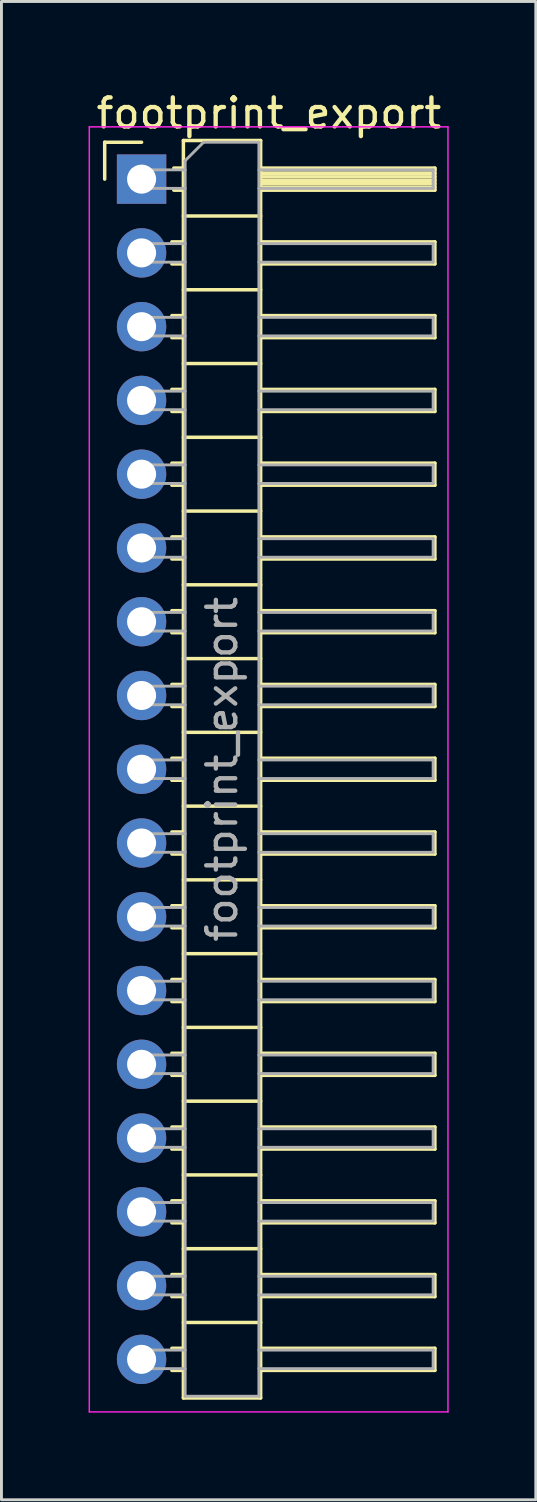
<source format=kicad_pcb>
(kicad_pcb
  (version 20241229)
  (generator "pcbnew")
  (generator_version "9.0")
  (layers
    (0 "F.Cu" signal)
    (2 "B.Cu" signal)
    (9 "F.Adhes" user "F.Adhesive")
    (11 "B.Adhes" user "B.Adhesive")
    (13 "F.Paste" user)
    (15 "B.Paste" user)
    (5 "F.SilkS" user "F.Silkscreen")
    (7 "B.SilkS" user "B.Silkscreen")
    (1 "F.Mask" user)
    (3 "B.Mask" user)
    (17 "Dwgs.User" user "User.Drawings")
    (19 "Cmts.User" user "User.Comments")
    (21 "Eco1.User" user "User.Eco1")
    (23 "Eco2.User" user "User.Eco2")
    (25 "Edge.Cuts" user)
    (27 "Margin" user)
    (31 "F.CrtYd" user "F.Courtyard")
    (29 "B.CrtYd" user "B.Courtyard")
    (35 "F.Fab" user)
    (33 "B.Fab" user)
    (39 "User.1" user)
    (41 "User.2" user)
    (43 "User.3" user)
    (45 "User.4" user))
  (footprint "footprint_export"
    (layer "F.Cu")
    (at 1.825 3.118)
    (property "Reference" "footprint_export" (at 4.385 -2.27 0) (layer "F.SilkS") (effects (font (size 1 1) (thickness 0.15))))
    (attr through_hole)
    (fp_line (start -1.27 -1.27) (end 0 -1.27) (stroke (width 0.12) (type solid)) (layer "F.SilkS"))
    (fp_line (start -1.27 0) (end -1.27 -1.27) (stroke (width 0.12) (type solid)) (layer "F.SilkS"))
    (fp_line (start 1.043 2.16) (end 1.44 2.16) (stroke (width 0.12) (type solid)) (layer "F.SilkS"))
    (fp_line (start 1.043 2.92) (end 1.44 2.92) (stroke (width 0.12) (type solid)) (layer "F.SilkS"))
    (fp_line (start 1.043 4.7) (end 1.44 4.7) (stroke (width 0.12) (type solid)) (layer "F.SilkS"))
    (fp_line (start 1.043 5.46) (end 1.44 5.46) (stroke (width 0.12) (type solid)) (layer "F.SilkS"))
    (fp_line (start 1.043 7.24) (end 1.44 7.24) (stroke (width 0.12) (type solid)) (layer "F.SilkS"))
    (fp_line (start 1.043 8) (end 1.44 8) (stroke (width 0.12) (type solid)) (layer "F.SilkS"))
    (fp_line (start 1.043 9.78) (end 1.44 9.78) (stroke (width 0.12) (type solid)) (layer "F.SilkS"))
    (fp_line (start 1.043 10.54) (end 1.44 10.54) (stroke (width 0.12) (type solid)) (layer "F.SilkS"))
    (fp_line (start 1.043 12.32) (end 1.44 12.32) (stroke (width 0.12) (type solid)) (layer "F.SilkS"))
    (fp_line (start 1.043 13.08) (end 1.44 13.08) (stroke (width 0.12) (type solid)) (layer "F.SilkS"))
    (fp_line (start 1.043 14.86) (end 1.44 14.86) (stroke (width 0.12) (type solid)) (layer "F.SilkS"))
    (fp_line (start 1.043 15.62) (end 1.44 15.62) (stroke (width 0.12) (type solid)) (layer "F.SilkS"))
    (fp_line (start 1.043 17.4) (end 1.44 17.4) (stroke (width 0.12) (type solid)) (layer "F.SilkS"))
    (fp_line (start 1.043 18.16) (end 1.44 18.16) (stroke (width 0.12) (type solid)) (layer "F.SilkS"))
    (fp_line (start 1.043 19.94) (end 1.44 19.94) (stroke (width 0.12) (type solid)) (layer "F.SilkS"))
    (fp_line (start 1.043 20.7) (end 1.44 20.7) (stroke (width 0.12) (type solid)) (layer "F.SilkS"))
    (fp_line (start 1.043 22.48) (end 1.44 22.48) (stroke (width 0.12) (type solid)) (layer "F.SilkS"))
    (fp_line (start 1.043 23.24) (end 1.44 23.24) (stroke (width 0.12) (type solid)) (layer "F.SilkS"))
    (fp_line (start 1.043 25.02) (end 1.44 25.02) (stroke (width 0.12) (type solid)) (layer "F.SilkS"))
    (fp_line (start 1.043 25.78) (end 1.44 25.78) (stroke (width 0.12) (type solid)) (layer "F.SilkS"))
    (fp_line (start 1.043 27.56) (end 1.44 27.56) (stroke (width 0.12) (type solid)) (layer "F.SilkS"))
    (fp_line (start 1.043 28.32) (end 1.44 28.32) (stroke (width 0.12) (type solid)) (layer "F.SilkS"))
    (fp_line (start 1.043 30.1) (end 1.44 30.1) (stroke (width 0.12) (type solid)) (layer "F.SilkS"))
    (fp_line (start 1.043 30.86) (end 1.44 30.86) (stroke (width 0.12) (type solid)) (layer "F.SilkS"))
    (fp_line (start 1.043 32.64) (end 1.44 32.64) (stroke (width 0.12) (type solid)) (layer "F.SilkS"))
    (fp_line (start 1.043 33.4) (end 1.44 33.4) (stroke (width 0.12) (type solid)) (layer "F.SilkS"))
    (fp_line (start 1.043 35.18) (end 1.44 35.18) (stroke (width 0.12) (type solid)) (layer "F.SilkS"))
    (fp_line (start 1.043 35.94) (end 1.44 35.94) (stroke (width 0.12) (type solid)) (layer "F.SilkS"))
    (fp_line (start 1.043 37.72) (end 1.44 37.72) (stroke (width 0.12) (type solid)) (layer "F.SilkS"))
    (fp_line (start 1.043 38.48) (end 1.44 38.48) (stroke (width 0.12) (type solid)) (layer "F.SilkS"))
    (fp_line (start 1.043 40.26) (end 1.44 40.26) (stroke (width 0.12) (type solid)) (layer "F.SilkS"))
    (fp_line (start 1.043 41.02) (end 1.44 41.02) (stroke (width 0.12) (type solid)) (layer "F.SilkS"))
    (fp_line (start 1.11 -0.38) (end 1.44 -0.38) (stroke (width 0.12) (type solid)) (layer "F.SilkS"))
    (fp_line (start 1.11 0.38) (end 1.44 0.38) (stroke (width 0.12) (type solid)) (layer "F.SilkS"))
    (fp_line (start 1.44 -1.33) (end 1.44 41.97) (stroke (width 0.12) (type solid)) (layer "F.SilkS"))
    (fp_line (start 1.44 1.27) (end 4.1 1.27) (stroke (width 0.12) (type solid)) (layer "F.SilkS"))
    (fp_line (start 1.44 3.81) (end 4.1 3.81) (stroke (width 0.12) (type solid)) (layer "F.SilkS"))
    (fp_line (start 1.44 6.35) (end 4.1 6.35) (stroke (width 0.12) (type solid)) (layer "F.SilkS"))
    (fp_line (start 1.44 8.89) (end 4.1 8.89) (stroke (width 0.12) (type solid)) (layer "F.SilkS"))
    (fp_line (start 1.44 11.43) (end 4.1 11.43) (stroke (width 0.12) (type solid)) (layer "F.SilkS"))
    (fp_line (start 1.44 13.97) (end 4.1 13.97) (stroke (width 0.12) (type solid)) (layer "F.SilkS"))
    (fp_line (start 1.44 16.51) (end 4.1 16.51) (stroke (width 0.12) (type solid)) (layer "F.SilkS"))
    (fp_line (start 1.44 19.05) (end 4.1 19.05) (stroke (width 0.12) (type solid)) (layer "F.SilkS"))
    (fp_line (start 1.44 21.59) (end 4.1 21.59) (stroke (width 0.12) (type solid)) (layer "F.SilkS"))
    (fp_line (start 1.44 24.13) (end 4.1 24.13) (stroke (width 0.12) (type solid)) (layer "F.SilkS"))
    (fp_line (start 1.44 26.67) (end 4.1 26.67) (stroke (width 0.12) (type solid)) (layer "F.SilkS"))
    (fp_line (start 1.44 29.21) (end 4.1 29.21) (stroke (width 0.12) (type solid)) (layer "F.SilkS"))
    (fp_line (start 1.44 31.75) (end 4.1 31.75) (stroke (width 0.12) (type solid)) (layer "F.SilkS"))
    (fp_line (start 1.44 34.29) (end 4.1 34.29) (stroke (width 0.12) (type solid)) (layer "F.SilkS"))
    (fp_line (start 1.44 36.83) (end 4.1 36.83) (stroke (width 0.12) (type solid)) (layer "F.SilkS"))
    (fp_line (start 1.44 39.37) (end 4.1 39.37) (stroke (width 0.12) (type solid)) (layer "F.SilkS"))
    (fp_line (start 1.44 41.97) (end 4.1 41.97) (stroke (width 0.12) (type solid)) (layer "F.SilkS"))
    (fp_line (start 4.1 -1.33) (end 1.44 -1.33) (stroke (width 0.12) (type solid)) (layer "F.SilkS"))
    (fp_line (start 4.1 -0.38) (end 10.1 -0.38) (stroke (width 0.12) (type solid)) (layer "F.SilkS"))
    (fp_line (start 4.1 -0.32) (end 10.1 -0.32) (stroke (width 0.12) (type solid)) (layer "F.SilkS"))
    (fp_line (start 4.1 -0.2) (end 10.1 -0.2) (stroke (width 0.12) (type solid)) (layer "F.SilkS"))
    (fp_line (start 4.1 -0.08) (end 10.1 -0.08) (stroke (width 0.12) (type solid)) (layer "F.SilkS"))
    (fp_line (start 4.1 0.04) (end 10.1 0.04) (stroke (width 0.12) (type solid)) (layer "F.SilkS"))
    (fp_line (start 4.1 0.16) (end 10.1 0.16) (stroke (width 0.12) (type solid)) (layer "F.SilkS"))
    (fp_line (start 4.1 0.28) (end 10.1 0.28) (stroke (width 0.12) (type solid)) (layer "F.SilkS"))
    (fp_line (start 4.1 2.16) (end 10.1 2.16) (stroke (width 0.12) (type solid)) (layer "F.SilkS"))
    (fp_line (start 4.1 4.7) (end 10.1 4.7) (stroke (width 0.12) (type solid)) (layer "F.SilkS"))
    (fp_line (start 4.1 7.24) (end 10.1 7.24) (stroke (width 0.12) (type solid)) (layer "F.SilkS"))
    (fp_line (start 4.1 9.78) (end 10.1 9.78) (stroke (width 0.12) (type solid)) (layer "F.SilkS"))
    (fp_line (start 4.1 12.32) (end 10.1 12.32) (stroke (width 0.12) (type solid)) (layer "F.SilkS"))
    (fp_line (start 4.1 14.86) (end 10.1 14.86) (stroke (width 0.12) (type solid)) (layer "F.SilkS"))
    (fp_line (start 4.1 17.4) (end 10.1 17.4) (stroke (width 0.12) (type solid)) (layer "F.SilkS"))
    (fp_line (start 4.1 19.94) (end 10.1 19.94) (stroke (width 0.12) (type solid)) (layer "F.SilkS"))
    (fp_line (start 4.1 22.48) (end 10.1 22.48) (stroke (width 0.12) (type solid)) (layer "F.SilkS"))
    (fp_line (start 4.1 25.02) (end 10.1 25.02) (stroke (width 0.12) (type solid)) (layer "F.SilkS"))
    (fp_line (start 4.1 27.56) (end 10.1 27.56) (stroke (width 0.12) (type solid)) (layer "F.SilkS"))
    (fp_line (start 4.1 30.1) (end 10.1 30.1) (stroke (width 0.12) (type solid)) (layer "F.SilkS"))
    (fp_line (start 4.1 32.64) (end 10.1 32.64) (stroke (width 0.12) (type solid)) (layer "F.SilkS"))
    (fp_line (start 4.1 35.18) (end 10.1 35.18) (stroke (width 0.12) (type solid)) (layer "F.SilkS"))
    (fp_line (start 4.1 37.72) (end 10.1 37.72) (stroke (width 0.12) (type solid)) (layer "F.SilkS"))
    (fp_line (start 4.1 40.26) (end 10.1 40.26) (stroke (width 0.12) (type solid)) (layer "F.SilkS"))
    (fp_line (start 4.1 41.97) (end 4.1 -1.33) (stroke (width 0.12) (type solid)) (layer "F.SilkS"))
    (fp_line (start 10.1 -0.38) (end 10.1 0.38) (stroke (width 0.12) (type solid)) (layer "F.SilkS"))
    (fp_line (start 10.1 0.38) (end 4.1 0.38) (stroke (width 0.12) (type solid)) (layer "F.SilkS"))
    (fp_line (start 10.1 2.16) (end 10.1 2.92) (stroke (width 0.12) (type solid)) (layer "F.SilkS"))
    (fp_line (start 10.1 2.92) (end 4.1 2.92) (stroke (width 0.12) (type solid)) (layer "F.SilkS"))
    (fp_line (start 10.1 4.7) (end 10.1 5.46) (stroke (width 0.12) (type solid)) (layer "F.SilkS"))
    (fp_line (start 10.1 5.46) (end 4.1 5.46) (stroke (width 0.12) (type solid)) (layer "F.SilkS"))
    (fp_line (start 10.1 7.24) (end 10.1 8) (stroke (width 0.12) (type solid)) (layer "F.SilkS"))
    (fp_line (start 10.1 8) (end 4.1 8) (stroke (width 0.12) (type solid)) (layer "F.SilkS"))
    (fp_line (start 10.1 9.78) (end 10.1 10.54) (stroke (width 0.12) (type solid)) (layer "F.SilkS"))
    (fp_line (start 10.1 10.54) (end 4.1 10.54) (stroke (width 0.12) (type solid)) (layer "F.SilkS"))
    (fp_line (start 10.1 12.32) (end 10.1 13.08) (stroke (width 0.12) (type solid)) (layer "F.SilkS"))
    (fp_line (start 10.1 13.08) (end 4.1 13.08) (stroke (width 0.12) (type solid)) (layer "F.SilkS"))
    (fp_line (start 10.1 14.86) (end 10.1 15.62) (stroke (width 0.12) (type solid)) (layer "F.SilkS"))
    (fp_line (start 10.1 15.62) (end 4.1 15.62) (stroke (width 0.12) (type solid)) (layer "F.SilkS"))
    (fp_line (start 10.1 17.4) (end 10.1 18.16) (stroke (width 0.12) (type solid)) (layer "F.SilkS"))
    (fp_line (start 10.1 18.16) (end 4.1 18.16) (stroke (width 0.12) (type solid)) (layer "F.SilkS"))
    (fp_line (start 10.1 19.94) (end 10.1 20.7) (stroke (width 0.12) (type solid)) (layer "F.SilkS"))
    (fp_line (start 10.1 20.7) (end 4.1 20.7) (stroke (width 0.12) (type solid)) (layer "F.SilkS"))
    (fp_line (start 10.1 22.48) (end 10.1 23.24) (stroke (width 0.12) (type solid)) (layer "F.SilkS"))
    (fp_line (start 10.1 23.24) (end 4.1 23.24) (stroke (width 0.12) (type solid)) (layer "F.SilkS"))
    (fp_line (start 10.1 25.02) (end 10.1 25.78) (stroke (width 0.12) (type solid)) (layer "F.SilkS"))
    (fp_line (start 10.1 25.78) (end 4.1 25.78) (stroke (width 0.12) (type solid)) (layer "F.SilkS"))
    (fp_line (start 10.1 27.56) (end 10.1 28.32) (stroke (width 0.12) (type solid)) (layer "F.SilkS"))
    (fp_line (start 10.1 28.32) (end 4.1 28.32) (stroke (width 0.12) (type solid)) (layer "F.SilkS"))
    (fp_line (start 10.1 30.1) (end 10.1 30.86) (stroke (width 0.12) (type solid)) (layer "F.SilkS"))
    (fp_line (start 10.1 30.86) (end 4.1 30.86) (stroke (width 0.12) (type solid)) (layer "F.SilkS"))
    (fp_line (start 10.1 32.64) (end 10.1 33.4) (stroke (width 0.12) (type solid)) (layer "F.SilkS"))
    (fp_line (start 10.1 33.4) (end 4.1 33.4) (stroke (width 0.12) (type solid)) (layer "F.SilkS"))
    (fp_line (start 10.1 35.18) (end 10.1 35.94) (stroke (width 0.12) (type solid)) (layer "F.SilkS"))
    (fp_line (start 10.1 35.94) (end 4.1 35.94) (stroke (width 0.12) (type solid)) (layer "F.SilkS"))
    (fp_line (start 10.1 37.72) (end 10.1 38.48) (stroke (width 0.12) (type solid)) (layer "F.SilkS"))
    (fp_line (start 10.1 38.48) (end 4.1 38.48) (stroke (width 0.12) (type solid)) (layer "F.SilkS"))
    (fp_line (start 10.1 40.26) (end 10.1 41.02) (stroke (width 0.12) (type solid)) (layer "F.SilkS"))
    (fp_line (start 10.1 41.02) (end 4.1 41.02) (stroke (width 0.12) (type solid)) (layer "F.SilkS"))
    (fp_line (start -1.8 -1.8) (end -1.8 42.45) (stroke (width 0.05) (type solid)) (layer "F.CrtYd"))
    (fp_line (start -1.8 42.45) (end 10.55 42.45) (stroke (width 0.05) (type solid)) (layer "F.CrtYd"))
    (fp_line (start 10.55 -1.8) (end -1.8 -1.8) (stroke (width 0.05) (type solid)) (layer "F.CrtYd"))
    (fp_line (start 10.55 42.45) (end 10.55 -1.8) (stroke (width 0.05) (type solid)) (layer "F.CrtYd"))
    (fp_line (start -0.32 -0.32) (end -0.32 0.32) (stroke (width 0.1) (type solid)) (layer "F.Fab"))
    (fp_line (start -0.32 -0.32) (end 1.5 -0.32) (stroke (width 0.1) (type solid)) (layer "F.Fab"))
    (fp_line (start -0.32 0.32) (end 1.5 0.32) (stroke (width 0.1) (type solid)) (layer "F.Fab"))
    (fp_line (start -0.32 2.22) (end -0.32 2.86) (stroke (width 0.1) (type solid)) (layer "F.Fab"))
    (fp_line (start -0.32 2.22) (end 1.5 2.22) (stroke (width 0.1) (type solid)) (layer "F.Fab"))
    (fp_line (start -0.32 2.86) (end 1.5 2.86) (stroke (width 0.1) (type solid)) (layer "F.Fab"))
    (fp_line (start -0.32 4.76) (end -0.32 5.4) (stroke (width 0.1) (type solid)) (layer "F.Fab"))
    (fp_line (start -0.32 4.76) (end 1.5 4.76) (stroke (width 0.1) (type solid)) (layer "F.Fab"))
    (fp_line (start -0.32 5.4) (end 1.5 5.4) (stroke (width 0.1) (type solid)) (layer "F.Fab"))
    (fp_line (start -0.32 7.3) (end -0.32 7.94) (stroke (width 0.1) (type solid)) (layer "F.Fab"))
    (fp_line (start -0.32 7.3) (end 1.5 7.3) (stroke (width 0.1) (type solid)) (layer "F.Fab"))
    (fp_line (start -0.32 7.94) (end 1.5 7.94) (stroke (width 0.1) (type solid)) (layer "F.Fab"))
    (fp_line (start -0.32 9.84) (end -0.32 10.48) (stroke (width 0.1) (type solid)) (layer "F.Fab"))
    (fp_line (start -0.32 9.84) (end 1.5 9.84) (stroke (width 0.1) (type solid)) (layer "F.Fab"))
    (fp_line (start -0.32 10.48) (end 1.5 10.48) (stroke (width 0.1) (type solid)) (layer "F.Fab"))
    (fp_line (start -0.32 12.38) (end -0.32 13.02) (stroke (width 0.1) (type solid)) (layer "F.Fab"))
    (fp_line (start -0.32 12.38) (end 1.5 12.38) (stroke (width 0.1) (type solid)) (layer "F.Fab"))
    (fp_line (start -0.32 13.02) (end 1.5 13.02) (stroke (width 0.1) (type solid)) (layer "F.Fab"))
    (fp_line (start -0.32 14.92) (end -0.32 15.56) (stroke (width 0.1) (type solid)) (layer "F.Fab"))
    (fp_line (start -0.32 14.92) (end 1.5 14.92) (stroke (width 0.1) (type solid)) (layer "F.Fab"))
    (fp_line (start -0.32 15.56) (end 1.5 15.56) (stroke (width 0.1) (type solid)) (layer "F.Fab"))
    (fp_line (start -0.32 17.46) (end -0.32 18.1) (stroke (width 0.1) (type solid)) (layer "F.Fab"))
    (fp_line (start -0.32 17.46) (end 1.5 17.46) (stroke (width 0.1) (type solid)) (layer "F.Fab"))
    (fp_line (start -0.32 18.1) (end 1.5 18.1) (stroke (width 0.1) (type solid)) (layer "F.Fab"))
    (fp_line (start -0.32 20) (end -0.32 20.64) (stroke (width 0.1) (type solid)) (layer "F.Fab"))
    (fp_line (start -0.32 20) (end 1.5 20) (stroke (width 0.1) (type solid)) (layer "F.Fab"))
    (fp_line (start -0.32 20.64) (end 1.5 20.64) (stroke (width 0.1) (type solid)) (layer "F.Fab"))
    (fp_line (start -0.32 22.54) (end -0.32 23.18) (stroke (width 0.1) (type solid)) (layer "F.Fab"))
    (fp_line (start -0.32 22.54) (end 1.5 22.54) (stroke (width 0.1) (type solid)) (layer "F.Fab"))
    (fp_line (start -0.32 23.18) (end 1.5 23.18) (stroke (width 0.1) (type solid)) (layer "F.Fab"))
    (fp_line (start -0.32 25.08) (end -0.32 25.72) (stroke (width 0.1) (type solid)) (layer "F.Fab"))
    (fp_line (start -0.32 25.08) (end 1.5 25.08) (stroke (width 0.1) (type solid)) (layer "F.Fab"))
    (fp_line (start -0.32 25.72) (end 1.5 25.72) (stroke (width 0.1) (type solid)) (layer "F.Fab"))
    (fp_line (start -0.32 27.62) (end -0.32 28.26) (stroke (width 0.1) (type solid)) (layer "F.Fab"))
    (fp_line (start -0.32 27.62) (end 1.5 27.62) (stroke (width 0.1) (type solid)) (layer "F.Fab"))
    (fp_line (start -0.32 28.26) (end 1.5 28.26) (stroke (width 0.1) (type solid)) (layer "F.Fab"))
    (fp_line (start -0.32 30.16) (end -0.32 30.8) (stroke (width 0.1) (type solid)) (layer "F.Fab"))
    (fp_line (start -0.32 30.16) (end 1.5 30.16) (stroke (width 0.1) (type solid)) (layer "F.Fab"))
    (fp_line (start -0.32 30.8) (end 1.5 30.8) (stroke (width 0.1) (type solid)) (layer "F.Fab"))
    (fp_line (start -0.32 32.7) (end -0.32 33.34) (stroke (width 0.1) (type solid)) (layer "F.Fab"))
    (fp_line (start -0.32 32.7) (end 1.5 32.7) (stroke (width 0.1) (type solid)) (layer "F.Fab"))
    (fp_line (start -0.32 33.34) (end 1.5 33.34) (stroke (width 0.1) (type solid)) (layer "F.Fab"))
    (fp_line (start -0.32 35.24) (end -0.32 35.88) (stroke (width 0.1) (type solid)) (layer "F.Fab"))
    (fp_line (start -0.32 35.24) (end 1.5 35.24) (stroke (width 0.1) (type solid)) (layer "F.Fab"))
    (fp_line (start -0.32 35.88) (end 1.5 35.88) (stroke (width 0.1) (type solid)) (layer "F.Fab"))
    (fp_line (start -0.32 37.78) (end -0.32 38.42) (stroke (width 0.1) (type solid)) (layer "F.Fab"))
    (fp_line (start -0.32 37.78) (end 1.5 37.78) (stroke (width 0.1) (type solid)) (layer "F.Fab"))
    (fp_line (start -0.32 38.42) (end 1.5 38.42) (stroke (width 0.1) (type solid)) (layer "F.Fab"))
    (fp_line (start -0.32 40.32) (end -0.32 40.96) (stroke (width 0.1) (type solid)) (layer "F.Fab"))
    (fp_line (start -0.32 40.32) (end 1.5 40.32) (stroke (width 0.1) (type solid)) (layer "F.Fab"))
    (fp_line (start -0.32 40.96) (end 1.5 40.96) (stroke (width 0.1) (type solid)) (layer "F.Fab"))
    (fp_line (start 1.5 -0.635) (end 2.135 -1.27) (stroke (width 0.1) (type solid)) (layer "F.Fab"))
    (fp_line (start 1.5 41.91) (end 1.5 -0.635) (stroke (width 0.1) (type solid)) (layer "F.Fab"))
    (fp_line (start 2.135 -1.27) (end 4.04 -1.27) (stroke (width 0.1) (type solid)) (layer "F.Fab"))
    (fp_line (start 4.04 -1.27) (end 4.04 41.91) (stroke (width 0.1) (type solid)) (layer "F.Fab"))
    (fp_line (start 4.04 -0.32) (end 10.04 -0.32) (stroke (width 0.1) (type solid)) (layer "F.Fab"))
    (fp_line (start 4.04 0.32) (end 10.04 0.32) (stroke (width 0.1) (type solid)) (layer "F.Fab"))
    (fp_line (start 4.04 2.22) (end 10.04 2.22) (stroke (width 0.1) (type solid)) (layer "F.Fab"))
    (fp_line (start 4.04 2.86) (end 10.04 2.86) (stroke (width 0.1) (type solid)) (layer "F.Fab"))
    (fp_line (start 4.04 4.76) (end 10.04 4.76) (stroke (width 0.1) (type solid)) (layer "F.Fab"))
    (fp_line (start 4.04 5.4) (end 10.04 5.4) (stroke (width 0.1) (type solid)) (layer "F.Fab"))
    (fp_line (start 4.04 7.3) (end 10.04 7.3) (stroke (width 0.1) (type solid)) (layer "F.Fab"))
    (fp_line (start 4.04 7.94) (end 10.04 7.94) (stroke (width 0.1) (type solid)) (layer "F.Fab"))
    (fp_line (start 4.04 9.84) (end 10.04 9.84) (stroke (width 0.1) (type solid)) (layer "F.Fab"))
    (fp_line (start 4.04 10.48) (end 10.04 10.48) (stroke (width 0.1) (type solid)) (layer "F.Fab"))
    (fp_line (start 4.04 12.38) (end 10.04 12.38) (stroke (width 0.1) (type solid)) (layer "F.Fab"))
    (fp_line (start 4.04 13.02) (end 10.04 13.02) (stroke (width 0.1) (type solid)) (layer "F.Fab"))
    (fp_line (start 4.04 14.92) (end 10.04 14.92) (stroke (width 0.1) (type solid)) (layer "F.Fab"))
    (fp_line (start 4.04 15.56) (end 10.04 15.56) (stroke (width 0.1) (type solid)) (layer "F.Fab"))
    (fp_line (start 4.04 17.46) (end 10.04 17.46) (stroke (width 0.1) (type solid)) (layer "F.Fab"))
    (fp_line (start 4.04 18.1) (end 10.04 18.1) (stroke (width 0.1) (type solid)) (layer "F.Fab"))
    (fp_line (start 4.04 20) (end 10.04 20) (stroke (width 0.1) (type solid)) (layer "F.Fab"))
    (fp_line (start 4.04 20.64) (end 10.04 20.64) (stroke (width 0.1) (type solid)) (layer "F.Fab"))
    (fp_line (start 4.04 22.54) (end 10.04 22.54) (stroke (width 0.1) (type solid)) (layer "F.Fab"))
    (fp_line (start 4.04 23.18) (end 10.04 23.18) (stroke (width 0.1) (type solid)) (layer "F.Fab"))
    (fp_line (start 4.04 25.08) (end 10.04 25.08) (stroke (width 0.1) (type solid)) (layer "F.Fab"))
    (fp_line (start 4.04 25.72) (end 10.04 25.72) (stroke (width 0.1) (type solid)) (layer "F.Fab"))
    (fp_line (start 4.04 27.62) (end 10.04 27.62) (stroke (width 0.1) (type solid)) (layer "F.Fab"))
    (fp_line (start 4.04 28.26) (end 10.04 28.26) (stroke (width 0.1) (type solid)) (layer "F.Fab"))
    (fp_line (start 4.04 30.16) (end 10.04 30.16) (stroke (width 0.1) (type solid)) (layer "F.Fab"))
    (fp_line (start 4.04 30.8) (end 10.04 30.8) (stroke (width 0.1) (type solid)) (layer "F.Fab"))
    (fp_line (start 4.04 32.7) (end 10.04 32.7) (stroke (width 0.1) (type solid)) (layer "F.Fab"))
    (fp_line (start 4.04 33.34) (end 10.04 33.34) (stroke (width 0.1) (type solid)) (layer "F.Fab"))
    (fp_line (start 4.04 35.24) (end 10.04 35.24) (stroke (width 0.1) (type solid)) (layer "F.Fab"))
    (fp_line (start 4.04 35.88) (end 10.04 35.88) (stroke (width 0.1) (type solid)) (layer "F.Fab"))
    (fp_line (start 4.04 37.78) (end 10.04 37.78) (stroke (width 0.1) (type solid)) (layer "F.Fab"))
    (fp_line (start 4.04 38.42) (end 10.04 38.42) (stroke (width 0.1) (type solid)) (layer "F.Fab"))
    (fp_line (start 4.04 40.32) (end 10.04 40.32) (stroke (width 0.1) (type solid)) (layer "F.Fab"))
    (fp_line (start 4.04 40.96) (end 10.04 40.96) (stroke (width 0.1) (type solid)) (layer "F.Fab"))
    (fp_line (start 4.04 41.91) (end 1.5 41.91) (stroke (width 0.1) (type solid)) (layer "F.Fab"))
    (fp_line (start 10.04 -0.32) (end 10.04 0.32) (stroke (width 0.1) (type solid)) (layer "F.Fab"))
    (fp_line (start 10.04 2.22) (end 10.04 2.86) (stroke (width 0.1) (type solid)) (layer "F.Fab"))
    (fp_line (start 10.04 4.76) (end 10.04 5.4) (stroke (width 0.1) (type solid)) (layer "F.Fab"))
    (fp_line (start 10.04 7.3) (end 10.04 7.94) (stroke (width 0.1) (type solid)) (layer "F.Fab"))
    (fp_line (start 10.04 9.84) (end 10.04 10.48) (stroke (width 0.1) (type solid)) (layer "F.Fab"))
    (fp_line (start 10.04 12.38) (end 10.04 13.02) (stroke (width 0.1) (type solid)) (layer "F.Fab"))
    (fp_line (start 10.04 14.92) (end 10.04 15.56) (stroke (width 0.1) (type solid)) (layer "F.Fab"))
    (fp_line (start 10.04 17.46) (end 10.04 18.1) (stroke (width 0.1) (type solid)) (layer "F.Fab"))
    (fp_line (start 10.04 20) (end 10.04 20.64) (stroke (width 0.1) (type solid)) (layer "F.Fab"))
    (fp_line (start 10.04 22.54) (end 10.04 23.18) (stroke (width 0.1) (type solid)) (layer "F.Fab"))
    (fp_line (start 10.04 25.08) (end 10.04 25.72) (stroke (width 0.1) (type solid)) (layer "F.Fab"))
    (fp_line (start 10.04 27.62) (end 10.04 28.26) (stroke (width 0.1) (type solid)) (layer "F.Fab"))
    (fp_line (start 10.04 30.16) (end 10.04 30.8) (stroke (width 0.1) (type solid)) (layer "F.Fab"))
    (fp_line (start 10.04 32.7) (end 10.04 33.34) (stroke (width 0.1) (type solid)) (layer "F.Fab"))
    (fp_line (start 10.04 35.24) (end 10.04 35.88) (stroke (width 0.1) (type solid)) (layer "F.Fab"))
    (fp_line (start 10.04 37.78) (end 10.04 38.42) (stroke (width 0.1) (type solid)) (layer "F.Fab"))
    (fp_line (start 10.04 40.32) (end 10.04 40.96) (stroke (width 0.1) (type solid)) (layer "F.Fab"))
    (fp_text user "${REFERENCE}" (at 2.77 20.32 90) (layer "F.Fab") (effects (font (size 1 1) (thickness 0.15))))
    (pad "1" thru_hole rect (at 0 0) (size 1.7 1.7) (drill 1) (layers "*.Cu" "*.Mask"))
    (pad "2" thru_hole oval (at 0 2.54) (size 1.7 1.7) (drill 1) (layers "*.Cu" "*.Mask"))
    (pad "3" thru_hole oval (at 0 5.08) (size 1.7 1.7) (drill 1) (layers "*.Cu" "*.Mask"))
    (pad "4" thru_hole oval (at 0 7.62) (size 1.7 1.7) (drill 1) (layers "*.Cu" "*.Mask"))
    (pad "5" thru_hole oval (at 0 10.16) (size 1.7 1.7) (drill 1) (layers "*.Cu" "*.Mask"))
    (pad "6" thru_hole oval (at 0 12.7) (size 1.7 1.7) (drill 1) (layers "*.Cu" "*.Mask"))
    (pad "7" thru_hole oval (at 0 15.24) (size 1.7 1.7) (drill 1) (layers "*.Cu" "*.Mask"))
    (pad "8" thru_hole oval (at 0 17.78) (size 1.7 1.7) (drill 1) (layers "*.Cu" "*.Mask"))
    (pad "9" thru_hole oval (at 0 20.32) (size 1.7 1.7) (drill 1) (layers "*.Cu" "*.Mask"))
    (pad "10" thru_hole oval (at 0 22.86) (size 1.7 1.7) (drill 1) (layers "*.Cu" "*.Mask"))
    (pad "11" thru_hole oval (at 0 25.4) (size 1.7 1.7) (drill 1) (layers "*.Cu" "*.Mask"))
    (pad "12" thru_hole oval (at 0 27.94) (size 1.7 1.7) (drill 1) (layers "*.Cu" "*.Mask"))
    (pad "13" thru_hole oval (at 0 30.48) (size 1.7 1.7) (drill 1) (layers "*.Cu" "*.Mask"))
    (pad "14" thru_hole oval (at 0 33.02) (size 1.7 1.7) (drill 1) (layers "*.Cu" "*.Mask"))
    (pad "15" thru_hole oval (at 0 35.56) (size 1.7 1.7) (drill 1) (layers "*.Cu" "*.Mask"))
    (pad "16" thru_hole oval (at 0 38.1) (size 1.7 1.7) (drill 1) (layers "*.Cu" "*.Mask"))
    (pad "17" thru_hole oval (at 0 40.64) (size 1.7 1.7) (drill 1) (layers "*.Cu" "*.Mask")))
  (gr_rect
    (start -3 -3)
    (end 15.4 48.593)
    (stroke (width 0.1) (type default))
    (fill no)
    (layer "Edge.Cuts")))
</source>
